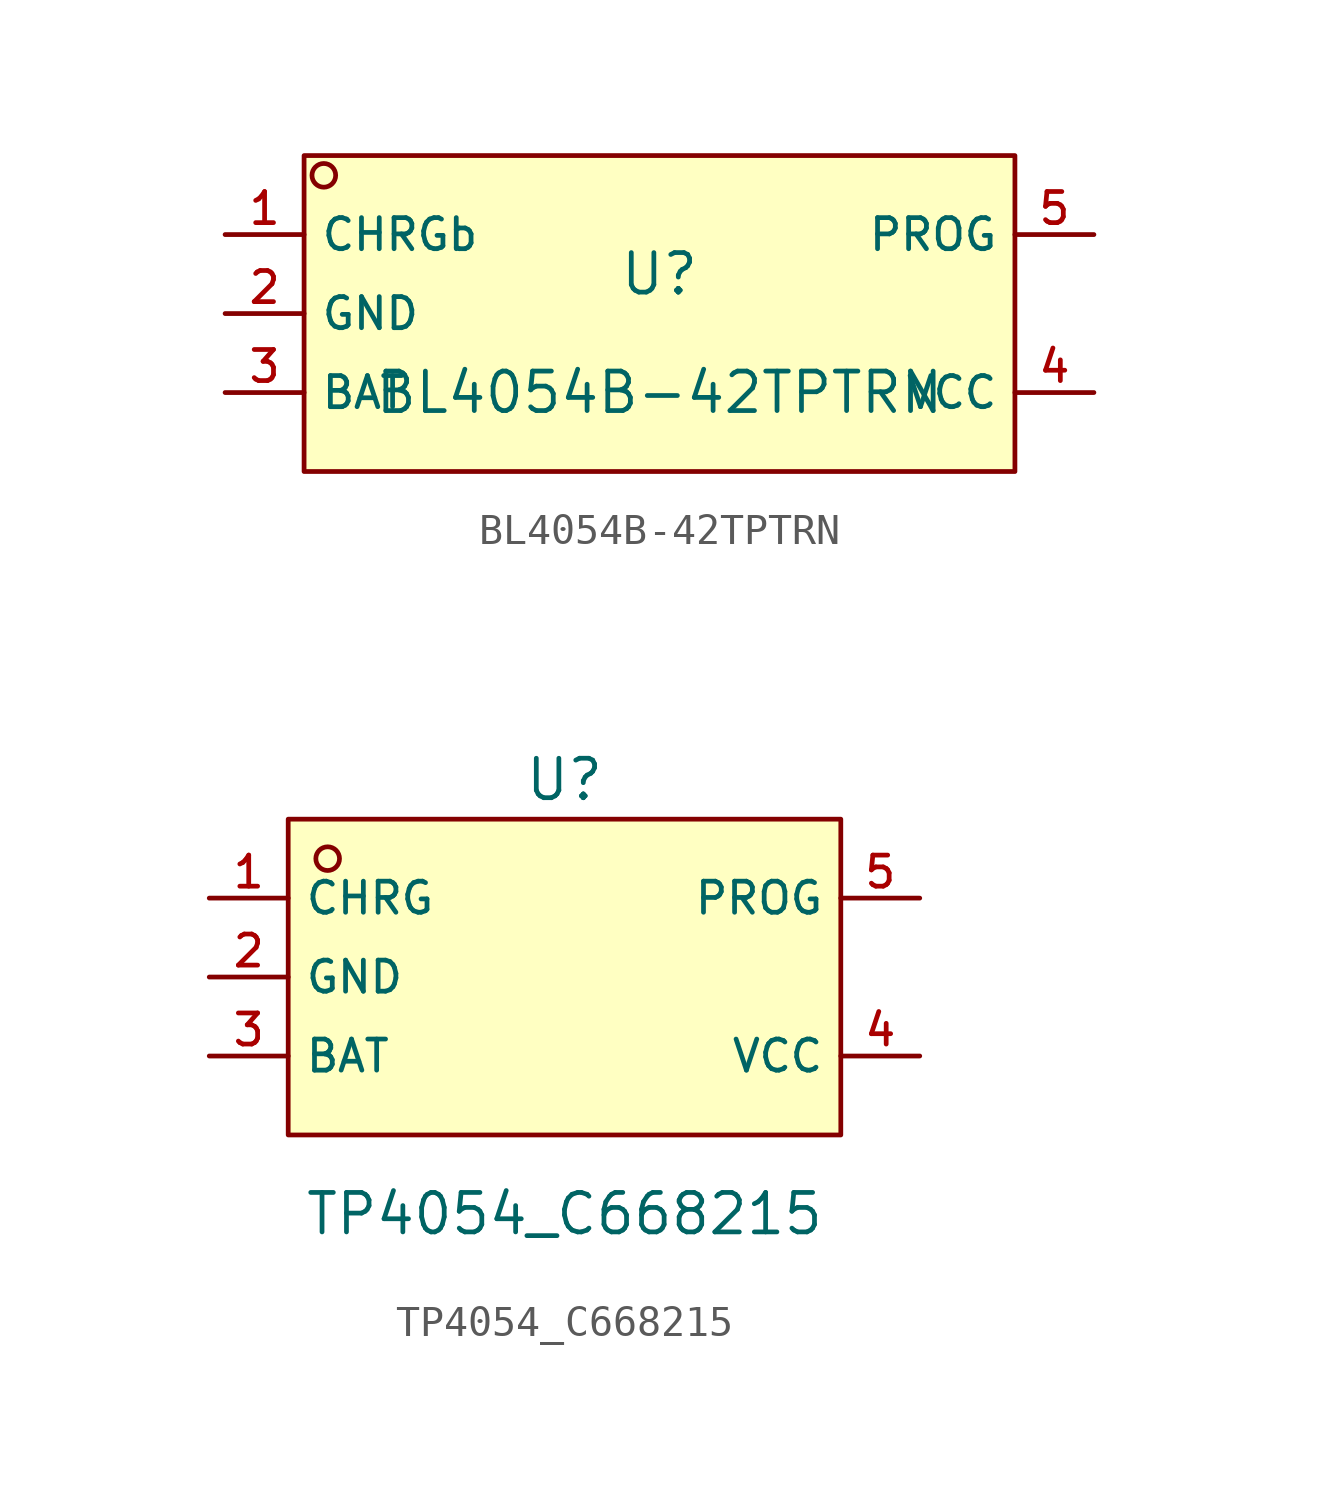
<source format=kicad_sym>
(kicad_symbol_lib
  (version 20220914)
  (generator kicad_symbol_editor)
  (symbol "BL4054B-42TPTRN"
    (property "Reference" "U"
      (at 0 1.27 0)
      (effects (font (size 1.27 1.27))))
    (property "Value" "BL4054B-42TPTRN"
      (at 0 -2.54 0)
      (effects (font (size 1.27 1.27))))
    (symbol "BL4054B-42TPTRN_0_1"
      (rectangle (start -11.43 5.08) (end 11.43 -5.08) (stroke (width 0) (type default)) (fill (type background)))
      (circle (center -10.795 4.445) (radius 0.381) (stroke (width 0) (type default)) (fill (type background)))
      (pin unspecified line (at -13.97 2.54 0) (length 2.54) (name "CHRGb" (effects (font (size 1 1)))) (number "1" (effects (font (size 1 1)))))
      (pin unspecified line (at -13.97 0 0) (length 2.54) (name "GND" (effects (font (size 1 1)))) (number "2" (effects (font (size 1 1)))))
      (pin unspecified line (at -13.97 -2.54 0) (length 2.54) (name "BAT" (effects (font (size 1 1)))) (number "3" (effects (font (size 1 1)))))
      (pin unspecified line (at 13.97 -2.54 180) (length 2.54) (name "VCC" (effects (font (size 1 1)))) (number "4" (effects (font (size 1 1)))))
      (pin unspecified line (at 13.97 2.54 180) (length 2.54) (name "PROG" (effects (font (size 1 1)))) (number "5" (effects (font (size 1 1)))))))
  (symbol "TP4054_C668215"
    (property "Reference" "U"
      (at 0 6.35 0)
      (effects (font (size 1.27 1.27))))
    (property "Value" "TP4054_C668215"
      (at 0 -7.62 0)
      (effects (font (size 1.27 1.27))))
    (symbol "TP4054_C668215_0_1"
      (rectangle (start -8.89 5.08) (end 8.89 -5.08) (stroke (width 0) (type default)) (fill (type background)))
      (circle (center -7.62 3.81) (radius 0.381) (stroke (width 0) (type default)) (fill (type background)))
      (pin unspecified line (at -11.43 2.54 0) (length 2.54) (name "CHRG" (effects (font (size 1 1)))) (number "1" (effects (font (size 1 1)))))
      (pin unspecified line (at -11.43 0 0) (length 2.54) (name "GND" (effects (font (size 1 1)))) (number "2" (effects (font (size 1 1)))))
      (pin unspecified line (at -11.43 -2.54 0) (length 2.54) (name "BAT" (effects (font (size 1 1)))) (number "3" (effects (font (size 1 1)))))
      (pin unspecified line (at 11.43 -2.54 180) (length 2.54) (name "VCC" (effects (font (size 1 1)))) (number "4" (effects (font (size 1 1)))))
      (pin unspecified line (at 11.43 2.54 180) (length 2.54) (name "PROG" (effects (font (size 1 1)))) (number "5" (effects (font (size 1 1))))))))
</source>
